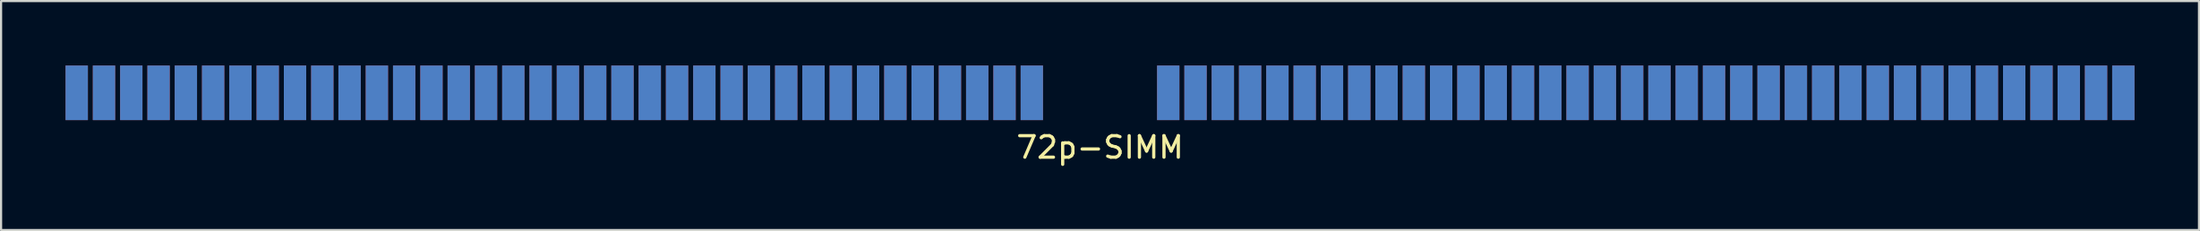
<source format=kicad_pcb>
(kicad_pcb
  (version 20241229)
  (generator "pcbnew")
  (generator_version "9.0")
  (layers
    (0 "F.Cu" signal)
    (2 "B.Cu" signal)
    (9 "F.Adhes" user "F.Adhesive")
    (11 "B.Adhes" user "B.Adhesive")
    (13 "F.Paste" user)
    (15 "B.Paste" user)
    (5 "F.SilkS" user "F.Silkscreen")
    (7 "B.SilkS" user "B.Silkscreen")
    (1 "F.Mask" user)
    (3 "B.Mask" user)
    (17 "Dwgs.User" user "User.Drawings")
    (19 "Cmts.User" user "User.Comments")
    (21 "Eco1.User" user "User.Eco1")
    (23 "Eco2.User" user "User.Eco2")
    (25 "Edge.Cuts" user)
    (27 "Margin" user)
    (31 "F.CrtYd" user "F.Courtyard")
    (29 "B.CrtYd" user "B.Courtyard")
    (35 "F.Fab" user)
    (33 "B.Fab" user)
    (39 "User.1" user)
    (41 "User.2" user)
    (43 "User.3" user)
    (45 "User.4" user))
  (footprint "72p-SIMM"
    (layer "F.Cu")
    (at 48.095 2.54)
    (property "Reference" "72p-SIMM" (at 0.05 1.27 0) (layer "F.SilkS") (effects (font (size 1 1) (thickness 0.15))))
    (attr smd)
    (pad "0" smd rect (at -47.575 -1.27) (size 0.001 0.001) (layers "F.Cu" "F.Mask" "F.Paste"))
    (pad "0" smd rect (at -47.575 -1.27) (size 0.001 0.001) (layers "B.Cu" "B.Mask" "B.Paste"))
    (pad "0" smd rect (at -3.125 -1.27) (size 0.001 0.001) (layers "F.Cu" "F.Mask" "F.Paste"))
    (pad "0" smd rect (at -3.125 -1.27) (size 0.001 0.001) (layers "B.Cu" "B.Mask" "B.Paste"))
    (pad "0" smd rect (at 3.225 -1.27) (size 0.001 0.001) (layers "F.Cu" "F.Mask" "F.Paste"))
    (pad "0" smd rect (at 3.225 -1.27) (size 0.001 0.001) (layers "B.Cu" "B.Mask" "B.Paste"))
    (pad "0" smd rect (at 47.675 -1.27) (size 0.001 0.001) (layers "F.Cu" "F.Mask" "F.Paste"))
    (pad "0" smd rect (at 47.675 -1.27) (size 0.001 0.001) (layers "B.Cu" "B.Mask" "B.Paste"))
    (pad "1" smd rect (at -47.575 -1.27) (size 1.04 2.54) (layers "F.Cu" "F.Mask" "F.Paste"))
    (pad "1" smd rect (at -47.575 -1.27) (size 1.04 2.54) (layers "B.Cu" "B.Mask" "B.Paste"))
    (pad "2" smd rect (at -46.305 -1.27) (size 1.04 2.54) (layers "F.Cu" "F.Mask" "F.Paste"))
    (pad "2" smd rect (at -46.305 -1.27) (size 1.04 2.54) (layers "B.Cu" "B.Mask" "B.Paste"))
    (pad "3" smd rect (at -45.035 -1.27) (size 1.04 2.54) (layers "F.Cu" "F.Mask" "F.Paste"))
    (pad "3" smd rect (at -45.035 -1.27) (size 1.04 2.54) (layers "B.Cu" "B.Mask" "B.Paste"))
    (pad "4" smd rect (at -43.765 -1.27) (size 1.04 2.54) (layers "F.Cu" "F.Mask" "F.Paste"))
    (pad "4" smd rect (at -43.765 -1.27) (size 1.04 2.54) (layers "B.Cu" "B.Mask" "B.Paste"))
    (pad "5" smd rect (at -42.495 -1.27) (size 1.04 2.54) (layers "F.Cu" "F.Mask" "F.Paste"))
    (pad "5" smd rect (at -42.495 -1.27) (size 1.04 2.54) (layers "B.Cu" "B.Mask" "B.Paste"))
    (pad "6" smd rect (at -41.225 -1.27) (size 1.04 2.54) (layers "F.Cu" "F.Mask" "F.Paste"))
    (pad "6" smd rect (at -41.225 -1.27) (size 1.04 2.54) (layers "B.Cu" "B.Mask" "B.Paste"))
    (pad "7" smd rect (at -39.955 -1.27) (size 1.04 2.54) (layers "F.Cu" "F.Mask" "F.Paste"))
    (pad "7" smd rect (at -39.955 -1.27) (size 1.04 2.54) (layers "B.Cu" "B.Mask" "B.Paste"))
    (pad "8" smd rect (at -38.685 -1.27) (size 1.04 2.54) (layers "F.Cu" "F.Mask" "F.Paste"))
    (pad "8" smd rect (at -38.685 -1.27) (size 1.04 2.54) (layers "B.Cu" "B.Mask" "B.Paste"))
    (pad "9" smd rect (at -37.415 -1.27) (size 1.04 2.54) (layers "F.Cu" "F.Mask" "F.Paste"))
    (pad "9" smd rect (at -37.415 -1.27) (size 1.04 2.54) (layers "B.Cu" "B.Mask" "B.Paste"))
    (pad "10" smd rect (at -36.145 -1.27) (size 1.04 2.54) (layers "F.Cu" "F.Mask" "F.Paste"))
    (pad "10" smd rect (at -36.145 -1.27) (size 1.04 2.54) (layers "B.Cu" "B.Mask" "B.Paste"))
    (pad "11" smd rect (at -34.875 -1.27) (size 1.04 2.54) (layers "F.Cu" "F.Mask" "F.Paste"))
    (pad "11" smd rect (at -34.875 -1.27) (size 1.04 2.54) (layers "B.Cu" "B.Mask" "B.Paste"))
    (pad "12" smd rect (at -33.605 -1.27) (size 1.04 2.54) (layers "F.Cu" "F.Mask" "F.Paste"))
    (pad "12" smd rect (at -33.605 -1.27) (size 1.04 2.54) (layers "B.Cu" "B.Mask" "B.Paste"))
    (pad "13" smd rect (at -32.335 -1.27) (size 1.04 2.54) (layers "F.Cu" "F.Mask" "F.Paste"))
    (pad "13" smd rect (at -32.335 -1.27) (size 1.04 2.54) (layers "B.Cu" "B.Mask" "B.Paste"))
    (pad "14" smd rect (at -31.065 -1.27) (size 1.04 2.54) (layers "F.Cu" "F.Mask" "F.Paste"))
    (pad "14" smd rect (at -31.065 -1.27) (size 1.04 2.54) (layers "B.Cu" "B.Mask" "B.Paste"))
    (pad "15" smd rect (at -29.795 -1.27) (size 1.04 2.54) (layers "F.Cu" "F.Mask" "F.Paste"))
    (pad "15" smd rect (at -29.795 -1.27) (size 1.04 2.54) (layers "B.Cu" "B.Mask" "B.Paste"))
    (pad "16" smd rect (at -28.525 -1.27) (size 1.04 2.54) (layers "F.Cu" "F.Mask" "F.Paste"))
    (pad "16" smd rect (at -28.525 -1.27) (size 1.04 2.54) (layers "B.Cu" "B.Mask" "B.Paste"))
    (pad "17" smd rect (at -27.255 -1.27) (size 1.04 2.54) (layers "F.Cu" "F.Mask" "F.Paste"))
    (pad "17" smd rect (at -27.255 -1.27) (size 1.04 2.54) (layers "B.Cu" "B.Mask" "B.Paste"))
    (pad "18" smd rect (at -25.985 -1.27) (size 1.04 2.54) (layers "F.Cu" "F.Mask" "F.Paste"))
    (pad "18" smd rect (at -25.985 -1.27) (size 1.04 2.54) (layers "B.Cu" "B.Mask" "B.Paste"))
    (pad "19" smd rect (at -24.715 -1.27) (size 1.04 2.54) (layers "F.Cu" "F.Mask" "F.Paste"))
    (pad "19" smd rect (at -24.715 -1.27) (size 1.04 2.54) (layers "B.Cu" "B.Mask" "B.Paste"))
    (pad "20" smd rect (at -23.445 -1.27) (size 1.04 2.54) (layers "F.Cu" "F.Mask" "F.Paste"))
    (pad "20" smd rect (at -23.445 -1.27) (size 1.04 2.54) (layers "B.Cu" "B.Mask" "B.Paste"))
    (pad "21" smd rect (at -22.175 -1.27) (size 1.04 2.54) (layers "F.Cu" "F.Mask" "F.Paste"))
    (pad "21" smd rect (at -22.175 -1.27) (size 1.04 2.54) (layers "B.Cu" "B.Mask" "B.Paste"))
    (pad "22" smd rect (at -20.905 -1.27) (size 1.04 2.54) (layers "F.Cu" "F.Mask" "F.Paste"))
    (pad "22" smd rect (at -20.905 -1.27) (size 1.04 2.54) (layers "B.Cu" "B.Mask" "B.Paste"))
    (pad "23" smd rect (at -19.635 -1.27) (size 1.04 2.54) (layers "F.Cu" "F.Mask" "F.Paste"))
    (pad "23" smd rect (at -19.635 -1.27) (size 1.04 2.54) (layers "B.Cu" "B.Mask" "B.Paste"))
    (pad "24" smd rect (at -18.365 -1.27) (size 1.04 2.54) (layers "F.Cu" "F.Mask" "F.Paste"))
    (pad "24" smd rect (at -18.365 -1.27) (size 1.04 2.54) (layers "B.Cu" "B.Mask" "B.Paste"))
    (pad "25" smd rect (at -17.095 -1.27) (size 1.04 2.54) (layers "F.Cu" "F.Mask" "F.Paste"))
    (pad "25" smd rect (at -17.095 -1.27) (size 1.04 2.54) (layers "B.Cu" "B.Mask" "B.Paste"))
    (pad "26" smd rect (at -15.825 -1.27) (size 1.04 2.54) (layers "F.Cu" "F.Mask" "F.Paste"))
    (pad "26" smd rect (at -15.825 -1.27) (size 1.04 2.54) (layers "B.Cu" "B.Mask" "B.Paste"))
    (pad "27" smd rect (at -14.555 -1.27) (size 1.04 2.54) (layers "F.Cu" "F.Mask" "F.Paste"))
    (pad "27" smd rect (at -14.555 -1.27) (size 1.04 2.54) (layers "B.Cu" "B.Mask" "B.Paste"))
    (pad "28" smd rect (at -13.285 -1.27) (size 1.04 2.54) (layers "F.Cu" "F.Mask" "F.Paste"))
    (pad "28" smd rect (at -13.285 -1.27) (size 1.04 2.54) (layers "B.Cu" "B.Mask" "B.Paste"))
    (pad "29" smd rect (at -12.015 -1.27) (size 1.04 2.54) (layers "F.Cu" "F.Mask" "F.Paste"))
    (pad "29" smd rect (at -12.015 -1.27) (size 1.04 2.54) (layers "B.Cu" "B.Mask" "B.Paste"))
    (pad "30" smd rect (at -10.745 -1.27) (size 1.04 2.54) (layers "F.Cu" "F.Mask" "F.Paste"))
    (pad "30" smd rect (at -10.745 -1.27) (size 1.04 2.54) (layers "B.Cu" "B.Mask" "B.Paste"))
    (pad "31" smd rect (at -9.475 -1.27) (size 1.04 2.54) (layers "F.Cu" "F.Mask" "F.Paste"))
    (pad "31" smd rect (at -9.475 -1.27) (size 1.04 2.54) (layers "B.Cu" "B.Mask" "B.Paste"))
    (pad "32" smd rect (at -8.205 -1.27) (size 1.04 2.54) (layers "F.Cu" "F.Mask" "F.Paste"))
    (pad "32" smd rect (at -8.205 -1.27) (size 1.04 2.54) (layers "B.Cu" "B.Mask" "B.Paste"))
    (pad "33" smd rect (at -6.935 -1.27) (size 1.04 2.54) (layers "F.Cu" "F.Mask" "F.Paste"))
    (pad "33" smd rect (at -6.935 -1.27) (size 1.04 2.54) (layers "B.Cu" "B.Mask" "B.Paste"))
    (pad "34" smd rect (at -5.665 -1.27) (size 1.04 2.54) (layers "F.Cu" "F.Mask" "F.Paste"))
    (pad "34" smd rect (at -5.665 -1.27) (size 1.04 2.54) (layers "B.Cu" "B.Mask" "B.Paste"))
    (pad "35" smd rect (at -4.395 -1.27) (size 1.04 2.54) (layers "F.Cu" "F.Mask" "F.Paste"))
    (pad "35" smd rect (at -4.395 -1.27) (size 1.04 2.54) (layers "B.Cu" "B.Mask" "B.Paste"))
    (pad "36" smd rect (at -3.125 -1.27) (size 1.04 2.54) (layers "F.Cu" "F.Mask" "F.Paste"))
    (pad "36" smd rect (at -3.125 -1.27) (size 1.04 2.54) (layers "B.Cu" "B.Mask" "B.Paste"))
    (pad "37" smd rect (at 3.225 -1.27) (size 1.04 2.54) (layers "F.Cu" "F.Mask" "F.Paste"))
    (pad "37" smd rect (at 3.225 -1.27) (size 1.04 2.54) (layers "B.Cu" "B.Mask" "B.Paste"))
    (pad "38" smd rect (at 4.495 -1.27) (size 1.04 2.54) (layers "F.Cu" "F.Mask" "F.Paste"))
    (pad "38" smd rect (at 4.495 -1.27) (size 1.04 2.54) (layers "B.Cu" "B.Mask" "B.Paste"))
    (pad "39" smd rect (at 5.765 -1.27) (size 1.04 2.54) (layers "F.Cu" "F.Mask" "F.Paste"))
    (pad "39" smd rect (at 5.765 -1.27) (size 1.04 2.54) (layers "B.Cu" "B.Mask" "B.Paste"))
    (pad "40" smd rect (at 7.035 -1.27) (size 1.04 2.54) (layers "F.Cu" "F.Mask" "F.Paste"))
    (pad "40" smd rect (at 7.035 -1.27) (size 1.04 2.54) (layers "B.Cu" "B.Mask" "B.Paste"))
    (pad "41" smd rect (at 8.305 -1.27) (size 1.04 2.54) (layers "F.Cu" "F.Mask" "F.Paste"))
    (pad "41" smd rect (at 8.305 -1.27) (size 1.04 2.54) (layers "B.Cu" "B.Mask" "B.Paste"))
    (pad "42" smd rect (at 9.575 -1.27) (size 1.04 2.54) (layers "F.Cu" "F.Mask" "F.Paste"))
    (pad "42" smd rect (at 9.575 -1.27) (size 1.04 2.54) (layers "B.Cu" "B.Mask" "B.Paste"))
    (pad "43" smd rect (at 10.845 -1.27) (size 1.04 2.54) (layers "F.Cu" "F.Mask" "F.Paste"))
    (pad "43" smd rect (at 10.845 -1.27) (size 1.04 2.54) (layers "B.Cu" "B.Mask" "B.Paste"))
    (pad "44" smd rect (at 12.115 -1.27) (size 1.04 2.54) (layers "F.Cu" "F.Mask" "F.Paste"))
    (pad "44" smd rect (at 12.115 -1.27) (size 1.04 2.54) (layers "B.Cu" "B.Mask" "B.Paste"))
    (pad "45" smd rect (at 13.385 -1.27) (size 1.04 2.54) (layers "F.Cu" "F.Mask" "F.Paste"))
    (pad "45" smd rect (at 13.385 -1.27) (size 1.04 2.54) (layers "B.Cu" "B.Mask" "B.Paste"))
    (pad "46" smd rect (at 14.655 -1.27) (size 1.04 2.54) (layers "F.Cu" "F.Mask" "F.Paste"))
    (pad "46" smd rect (at 14.655 -1.27) (size 1.04 2.54) (layers "B.Cu" "B.Mask" "B.Paste"))
    (pad "47" smd rect (at 15.925 -1.27) (size 1.04 2.54) (layers "F.Cu" "F.Mask" "F.Paste"))
    (pad "47" smd rect (at 15.925 -1.27) (size 1.04 2.54) (layers "B.Cu" "B.Mask" "B.Paste"))
    (pad "48" smd rect (at 17.195 -1.27) (size 1.04 2.54) (layers "F.Cu" "F.Mask" "F.Paste"))
    (pad "48" smd rect (at 17.195 -1.27) (size 1.04 2.54) (layers "B.Cu" "B.Mask" "B.Paste"))
    (pad "49" smd rect (at 18.465 -1.27) (size 1.04 2.54) (layers "F.Cu" "F.Mask" "F.Paste"))
    (pad "49" smd rect (at 18.465 -1.27) (size 1.04 2.54) (layers "B.Cu" "B.Mask" "B.Paste"))
    (pad "50" smd rect (at 19.735 -1.27) (size 1.04 2.54) (layers "F.Cu" "F.Mask" "F.Paste"))
    (pad "50" smd rect (at 19.735 -1.27) (size 1.04 2.54) (layers "B.Cu" "B.Mask" "B.Paste"))
    (pad "51" smd rect (at 21.005 -1.27) (size 1.04 2.54) (layers "F.Cu" "F.Mask" "F.Paste"))
    (pad "51" smd rect (at 21.005 -1.27) (size 1.04 2.54) (layers "B.Cu" "B.Mask" "B.Paste"))
    (pad "52" smd rect (at 22.275 -1.27) (size 1.04 2.54) (layers "F.Cu" "F.Mask" "F.Paste"))
    (pad "52" smd rect (at 22.275 -1.27) (size 1.04 2.54) (layers "B.Cu" "B.Mask" "B.Paste"))
    (pad "53" smd rect (at 23.545 -1.27) (size 1.04 2.54) (layers "F.Cu" "F.Mask" "F.Paste"))
    (pad "53" smd rect (at 23.545 -1.27) (size 1.04 2.54) (layers "B.Cu" "B.Mask" "B.Paste"))
    (pad "54" smd rect (at 24.815 -1.27) (size 1.04 2.54) (layers "F.Cu" "F.Mask" "F.Paste"))
    (pad "54" smd rect (at 24.815 -1.27) (size 1.04 2.54) (layers "B.Cu" "B.Mask" "B.Paste"))
    (pad "55" smd rect (at 26.085 -1.27) (size 1.04 2.54) (layers "F.Cu" "F.Mask" "F.Paste"))
    (pad "55" smd rect (at 26.085 -1.27) (size 1.04 2.54) (layers "B.Cu" "B.Mask" "B.Paste"))
    (pad "56" smd rect (at 27.355 -1.27) (size 1.04 2.54) (layers "F.Cu" "F.Mask" "F.Paste"))
    (pad "56" smd rect (at 27.355 -1.27) (size 1.04 2.54) (layers "B.Cu" "B.Mask" "B.Paste"))
    (pad "57" smd rect (at 28.625 -1.27) (size 1.04 2.54) (layers "F.Cu" "F.Mask" "F.Paste"))
    (pad "57" smd rect (at 28.625 -1.27) (size 1.04 2.54) (layers "B.Cu" "B.Mask" "B.Paste"))
    (pad "58" smd rect (at 29.895 -1.27) (size 1.04 2.54) (layers "F.Cu" "F.Mask" "F.Paste"))
    (pad "58" smd rect (at 29.895 -1.27) (size 1.04 2.54) (layers "B.Cu" "B.Mask" "B.Paste"))
    (pad "59" smd rect (at 31.165 -1.27) (size 1.04 2.54) (layers "F.Cu" "F.Mask" "F.Paste"))
    (pad "59" smd rect (at 31.165 -1.27) (size 1.04 2.54) (layers "B.Cu" "B.Mask" "B.Paste"))
    (pad "60" smd rect (at 32.435 -1.27) (size 1.04 2.54) (layers "F.Cu" "F.Mask" "F.Paste"))
    (pad "60" smd rect (at 32.435 -1.27) (size 1.04 2.54) (layers "B.Cu" "B.Mask" "B.Paste"))
    (pad "61" smd rect (at 33.705 -1.27) (size 1.04 2.54) (layers "F.Cu" "F.Mask" "F.Paste"))
    (pad "61" smd rect (at 33.705 -1.27) (size 1.04 2.54) (layers "B.Cu" "B.Mask" "B.Paste"))
    (pad "62" smd rect (at 34.975 -1.27) (size 1.04 2.54) (layers "F.Cu" "F.Mask" "F.Paste"))
    (pad "62" smd rect (at 34.975 -1.27) (size 1.04 2.54) (layers "B.Cu" "B.Mask" "B.Paste"))
    (pad "63" smd rect (at 36.245 -1.27) (size 1.04 2.54) (layers "F.Cu" "F.Mask" "F.Paste"))
    (pad "63" smd rect (at 36.245 -1.27) (size 1.04 2.54) (layers "B.Cu" "B.Mask" "B.Paste"))
    (pad "64" smd rect (at 37.515 -1.27) (size 1.04 2.54) (layers "F.Cu" "F.Mask" "F.Paste"))
    (pad "64" smd rect (at 37.515 -1.27) (size 1.04 2.54) (layers "B.Cu" "B.Mask" "B.Paste"))
    (pad "65" smd rect (at 38.785 -1.27) (size 1.04 2.54) (layers "F.Cu" "F.Mask" "F.Paste"))
    (pad "65" smd rect (at 38.785 -1.27) (size 1.04 2.54) (layers "B.Cu" "B.Mask" "B.Paste"))
    (pad "66" smd rect (at 40.055 -1.27) (size 1.04 2.54) (layers "F.Cu" "F.Mask" "F.Paste"))
    (pad "66" smd rect (at 40.055 -1.27) (size 1.04 2.54) (layers "B.Cu" "B.Mask" "B.Paste"))
    (pad "67" smd rect (at 41.325 -1.27) (size 1.04 2.54) (layers "F.Cu" "F.Mask" "F.Paste"))
    (pad "67" smd rect (at 41.325 -1.27) (size 1.04 2.54) (layers "B.Cu" "B.Mask" "B.Paste"))
    (pad "68" smd rect (at 42.595 -1.27) (size 1.04 2.54) (layers "F.Cu" "F.Mask" "F.Paste"))
    (pad "68" smd rect (at 42.595 -1.27) (size 1.04 2.54) (layers "B.Cu" "B.Mask" "B.Paste"))
    (pad "69" smd rect (at 43.865 -1.27) (size 1.04 2.54) (layers "F.Cu" "F.Mask" "F.Paste"))
    (pad "69" smd rect (at 43.865 -1.27) (size 1.04 2.54) (layers "B.Cu" "B.Mask" "B.Paste"))
    (pad "70" smd rect (at 45.135 -1.27) (size 1.04 2.54) (layers "F.Cu" "F.Mask" "F.Paste"))
    (pad "70" smd rect (at 45.135 -1.27) (size 1.04 2.54) (layers "B.Cu" "B.Mask" "B.Paste"))
    (pad "71" smd rect (at 46.405 -1.27) (size 1.04 2.54) (layers "F.Cu" "F.Mask" "F.Paste"))
    (pad "71" smd rect (at 46.405 -1.27) (size 1.04 2.54) (layers "B.Cu" "B.Mask" "B.Paste"))
    (pad "72" smd rect (at 47.675 -1.27) (size 1.04 2.54) (layers "F.Cu" "F.Mask" "F.Paste"))
    (pad "72" smd rect (at 47.675 -1.27) (size 1.04 2.54) (layers "B.Cu" "B.Mask" "B.Paste")))
  (gr_rect
    (start -3 -3)
    (end 99.29 7.658)
    (stroke (width 0.1) (type default))
    (fill no)
    (layer "Edge.Cuts")))
</source>
